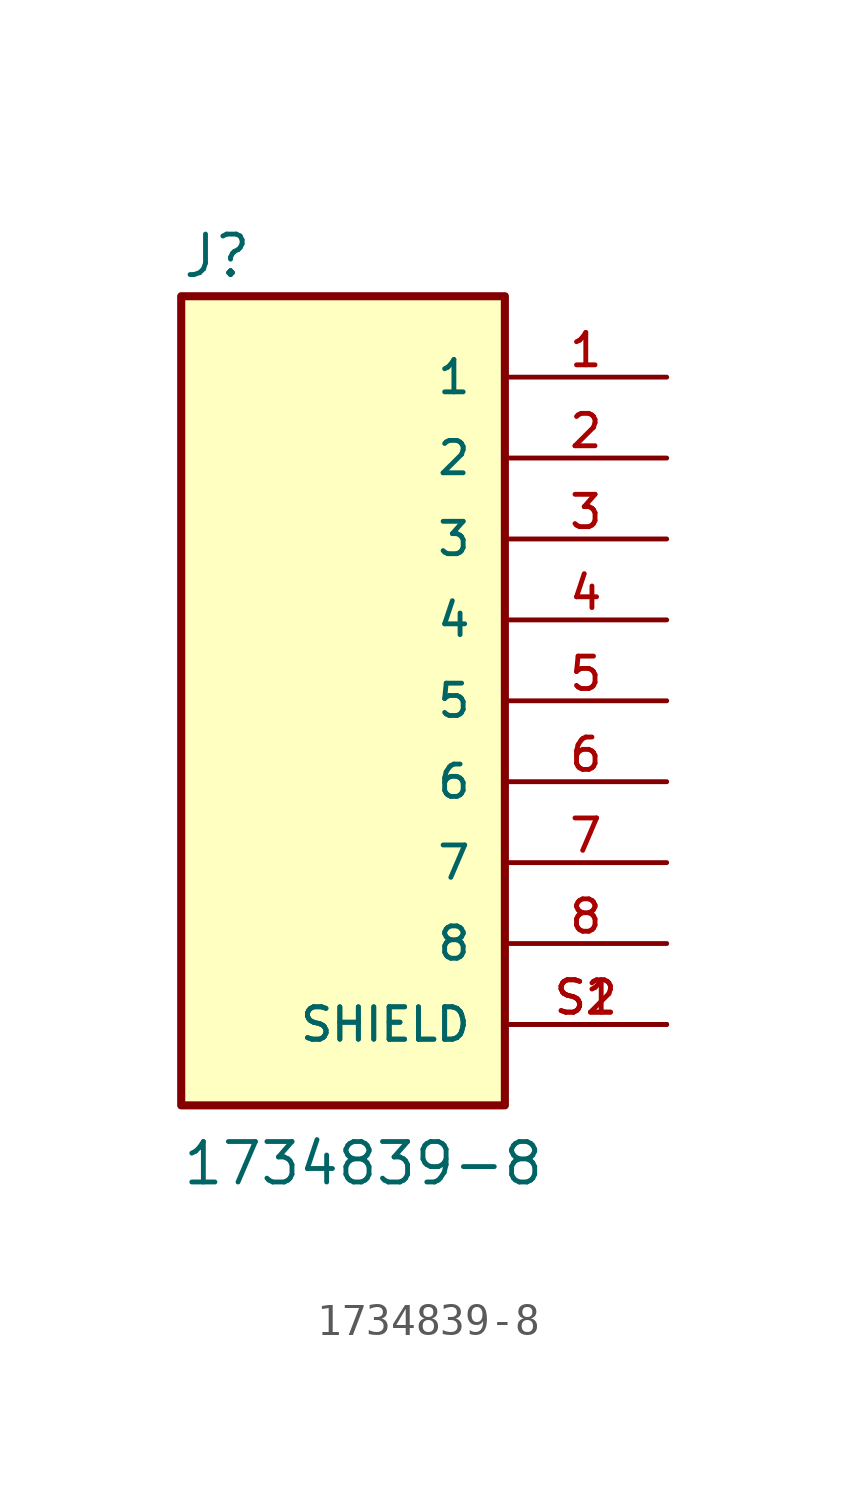
<source format=kicad_sym>
(kicad_symbol_lib
  (version 20231120)
  (generator "kicad_symbol_editor")
  (generator_version "8.0")
  (symbol "1734839-8"
    (pin_names
      (offset 1.016))
    (property "Reference" "J"
      (at -5.083 13.217 0)
      (effects (font (size 1.27 1.27)) (justify left bottom)))
    (property "Value" "1734839-8"
      (at -5.09 -15.269 0)
      (effects (font (size 1.27 1.27)) (justify left bottom)))
    (symbol "1734839-8_0_0"
      (rectangle (start -5.08 -12.7) (end 5.08 12.7) (stroke (width 0.254) (type default)) (fill (type background)))
      (pin passive line (at 10.16 10.16 180) (length 5.08) (name "1" (effects (font (size 1.016 1.016)))) (number "1" (effects (font (size 1.016 1.016)))))
      (pin passive line (at 10.16 7.62 180) (length 5.08) (name "2" (effects (font (size 1.016 1.016)))) (number "2" (effects (font (size 1.016 1.016)))))
      (pin passive line (at 10.16 5.08 180) (length 5.08) (name "3" (effects (font (size 1.016 1.016)))) (number "3" (effects (font (size 1.016 1.016)))))
      (pin passive line (at 10.16 2.54 180) (length 5.08) (name "4" (effects (font (size 1.016 1.016)))) (number "4" (effects (font (size 1.016 1.016)))))
      (pin passive line (at 10.16 0 180) (length 5.08) (name "5" (effects (font (size 1.016 1.016)))) (number "5" (effects (font (size 1.016 1.016)))))
      (pin passive line (at 10.16 -2.54 180) (length 5.08) (name "6" (effects (font (size 1.016 1.016)))) (number "6" (effects (font (size 1.016 1.016)))))
      (pin passive line (at 10.16 -5.08 180) (length 5.08) (name "7" (effects (font (size 1.016 1.016)))) (number "7" (effects (font (size 1.016 1.016)))))
      (pin passive line (at 10.16 -7.62 180) (length 5.08) (name "8" (effects (font (size 1.016 1.016)))) (number "8" (effects (font (size 1.016 1.016)))))
      (pin passive line (at 10.16 -10.16 180) (length 5.08) (name "SHIELD" (effects (font (size 1.016 1.016)))) (number "S1" (effects (font (size 1.016 1.016)))))
      (pin passive line (at 10.16 -10.16 180) (length 5.08) (name "SHIELD" (effects (font (size 1.016 1.016)))) (number "S2" (effects (font (size 1.016 1.016))))))))
</source>
